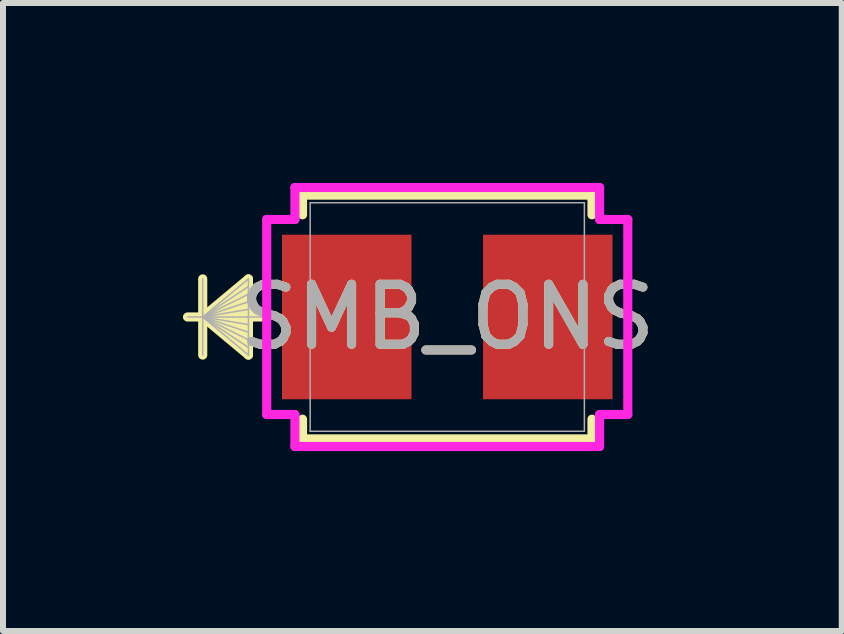
<source format=kicad_pcb>
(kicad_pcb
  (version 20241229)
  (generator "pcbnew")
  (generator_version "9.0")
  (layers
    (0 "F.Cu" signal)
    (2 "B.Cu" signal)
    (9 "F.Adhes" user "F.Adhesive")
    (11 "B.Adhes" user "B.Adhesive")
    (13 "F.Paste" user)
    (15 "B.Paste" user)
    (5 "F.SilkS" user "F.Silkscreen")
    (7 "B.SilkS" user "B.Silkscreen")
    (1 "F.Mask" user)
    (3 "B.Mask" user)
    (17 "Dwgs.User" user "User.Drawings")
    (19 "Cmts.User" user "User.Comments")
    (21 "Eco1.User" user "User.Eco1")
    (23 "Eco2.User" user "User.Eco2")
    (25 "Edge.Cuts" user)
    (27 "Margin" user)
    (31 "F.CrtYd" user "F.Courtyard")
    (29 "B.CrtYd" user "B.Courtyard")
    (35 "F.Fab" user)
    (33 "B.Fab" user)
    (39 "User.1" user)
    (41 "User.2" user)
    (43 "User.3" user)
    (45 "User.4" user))
  (footprint "SMB_ONS"
    (layer "F.Cu")
    (at 4.407 2.235)
    (property "Reference" "SMB_ONS" (at 0 0 0) (unlocked yes) (layer "F.SilkS") (effects (font (size 1 1) (thickness 0.15))))
    (attr smd)
    (fp_line (start -4.077 -0.635) (end -4.077 0.635) (stroke (width 0.152) (type solid)) (layer "F.SilkS"))
    (fp_line (start -4.077 0) (end -3.315 -0.635) (stroke (width 0.152) (type solid)) (layer "F.SilkS"))
    (fp_line (start -4.077 0) (end -3.315 -0.508) (stroke (width 0.152) (type solid)) (layer "F.SilkS"))
    (fp_line (start -4.077 0) (end -3.315 -0.381) (stroke (width 0.152) (type solid)) (layer "F.SilkS"))
    (fp_line (start -4.077 0) (end -3.315 -0.254) (stroke (width 0.152) (type solid)) (layer "F.SilkS"))
    (fp_line (start -4.077 0) (end -3.315 -0.127) (stroke (width 0.152) (type solid)) (layer "F.SilkS"))
    (fp_line (start -4.077 0) (end -3.315 0.127) (stroke (width 0.152) (type solid)) (layer "F.SilkS"))
    (fp_line (start -4.077 0) (end -3.315 0.254) (stroke (width 0.152) (type solid)) (layer "F.SilkS"))
    (fp_line (start -4.077 0) (end -3.315 0.381) (stroke (width 0.152) (type solid)) (layer "F.SilkS"))
    (fp_line (start -4.077 0) (end -3.315 0.508) (stroke (width 0.152) (type solid)) (layer "F.SilkS"))
    (fp_line (start -4.077 0) (end -3.315 0.635) (stroke (width 0.152) (type solid)) (layer "F.SilkS"))
    (fp_line (start -3.315 -0.635) (end -3.315 0.635) (stroke (width 0.152) (type solid)) (layer "F.SilkS"))
    (fp_line (start -3.089 0) (end -4.331 0) (stroke (width 0.152) (type solid)) (layer "F.SilkS"))
    (fp_line (start -2.413 -2.032) (end -2.413 -1.704) (stroke (width 0.152) (type solid)) (layer "F.SilkS"))
    (fp_line (start -2.413 1.704) (end -2.413 2.032) (stroke (width 0.152) (type solid)) (layer "F.SilkS"))
    (fp_line (start -2.413 2.032) (end 2.413 2.032) (stroke (width 0.152) (type solid)) (layer "F.SilkS"))
    (fp_line (start 2.413 -2.032) (end -2.413 -2.032) (stroke (width 0.152) (type solid)) (layer "F.SilkS"))
    (fp_line (start 2.413 -1.704) (end 2.413 -2.032) (stroke (width 0.152) (type solid)) (layer "F.SilkS"))
    (fp_line (start 2.413 2.032) (end 2.413 1.704) (stroke (width 0.152) (type solid)) (layer "F.SilkS"))
    (fp_line (start -3.01 -1.626) (end -2.54 -1.626) (stroke (width 0.152) (type solid)) (layer "F.CrtYd"))
    (fp_line (start -3.01 1.626) (end -3.01 -1.626) (stroke (width 0.152) (type solid)) (layer "F.CrtYd"))
    (fp_line (start -2.54 -2.159) (end 2.54 -2.159) (stroke (width 0.152) (type solid)) (layer "F.CrtYd"))
    (fp_line (start -2.54 -1.626) (end -2.54 -2.159) (stroke (width 0.152) (type solid)) (layer "F.CrtYd"))
    (fp_line (start -2.54 1.626) (end -3.01 1.626) (stroke (width 0.152) (type solid)) (layer "F.CrtYd"))
    (fp_line (start -2.54 2.159) (end -2.54 1.626) (stroke (width 0.152) (type solid)) (layer "F.CrtYd"))
    (fp_line (start 2.54 -2.159) (end 2.54 -1.626) (stroke (width 0.152) (type solid)) (layer "F.CrtYd"))
    (fp_line (start 2.54 -1.626) (end 3.01 -1.626) (stroke (width 0.152) (type solid)) (layer "F.CrtYd"))
    (fp_line (start 2.54 1.626) (end 2.54 2.159) (stroke (width 0.152) (type solid)) (layer "F.CrtYd"))
    (fp_line (start 2.54 2.159) (end -2.54 2.159) (stroke (width 0.152) (type solid)) (layer "F.CrtYd"))
    (fp_line (start 3.01 -1.626) (end 3.01 1.626) (stroke (width 0.152) (type solid)) (layer "F.CrtYd"))
    (fp_line (start 3.01 1.626) (end 2.54 1.626) (stroke (width 0.152) (type solid)) (layer "F.CrtYd"))
    (fp_line (start -4.077 -0.635) (end -4.077 0.635) (stroke (width 0.025) (type solid)) (layer "F.Fab"))
    (fp_line (start -4.077 0) (end -3.315 -0.635) (stroke (width 0.025) (type solid)) (layer "F.Fab"))
    (fp_line (start -4.077 0) (end -3.315 -0.508) (stroke (width 0.025) (type solid)) (layer "F.Fab"))
    (fp_line (start -4.077 0) (end -3.315 -0.381) (stroke (width 0.025) (type solid)) (layer "F.Fab"))
    (fp_line (start -4.077 0) (end -3.315 -0.254) (stroke (width 0.025) (type solid)) (layer "F.Fab"))
    (fp_line (start -4.077 0) (end -3.315 -0.127) (stroke (width 0.025) (type solid)) (layer "F.Fab"))
    (fp_line (start -4.077 0) (end -3.315 0.127) (stroke (width 0.025) (type solid)) (layer "F.Fab"))
    (fp_line (start -4.077 0) (end -3.315 0.254) (stroke (width 0.025) (type solid)) (layer "F.Fab"))
    (fp_line (start -4.077 0) (end -3.315 0.381) (stroke (width 0.025) (type solid)) (layer "F.Fab"))
    (fp_line (start -4.077 0) (end -3.315 0.508) (stroke (width 0.025) (type solid)) (layer "F.Fab"))
    (fp_line (start -4.077 0) (end -3.315 0.635) (stroke (width 0.025) (type solid)) (layer "F.Fab"))
    (fp_line (start -3.315 -0.635) (end -3.315 0.635) (stroke (width 0.025) (type solid)) (layer "F.Fab"))
    (fp_line (start -3.061 0) (end -4.331 0) (stroke (width 0.025) (type solid)) (layer "F.Fab"))
    (fp_line (start -2.286 -1.905) (end -2.286 1.905) (stroke (width 0.025) (type solid)) (layer "F.Fab"))
    (fp_line (start -2.286 1.905) (end 2.286 1.905) (stroke (width 0.025) (type solid)) (layer "F.Fab"))
    (fp_line (start 2.286 -1.905) (end -2.286 -1.905) (stroke (width 0.025) (type solid)) (layer "F.Fab"))
    (fp_line (start 2.286 1.905) (end 2.286 -1.905) (stroke (width 0.025) (type solid)) (layer "F.Fab"))
    (fp_text user "${REFERENCE}" (at 0 0 0) (unlocked yes) (layer "F.Fab") (effects (font (size 1 1) (thickness 0.15))))
    (pad "1" smd rect (at -1.676 0) (size 2.159 2.743) (layers "F.Cu" "F.Mask" "F.Paste"))
    (pad "2" smd rect (at 1.676 0) (size 2.159 2.743) (layers "F.Cu" "F.Mask" "F.Paste"))
    (zone (net_name "") (layer "F.Cu") (hatch full 0.508) (connect_pads) (min_thickness 0.254) (filled_areas_thickness no) (keepout (tracks not_allowed) (vias not_allowed) (pads allowed) (copperpour not_allowed) (footprints allowed)) (placement (enabled no)) (fill) (polygon (pts (xy 2.172 0.381) (xy 6.642 0.381) (xy 6.642 0.813) (xy 2.172 0.813))))
    (zone (net_name "") (layer "F.Cu") (hatch full 0.508) (connect_pads) (min_thickness 0.254) (filled_areas_thickness no) (keepout (tracks not_allowed) (vias not_allowed) (pads allowed) (copperpour not_allowed) (footprints allowed)) (placement (enabled no)) (fill) (polygon (pts (xy 2.172 3.658) (xy 6.642 3.658) (xy 6.642 4.089) (xy 2.172 4.089))))
    (zone (net_name "") (layer "F.Cu") (hatch full 0.508) (connect_pads) (min_thickness 0.254) (filled_areas_thickness no) (keepout (tracks not_allowed) (vias not_allowed) (pads allowed) (copperpour not_allowed) (footprints allowed)) (placement (enabled no)) (fill) (polygon (pts (xy 3.607 0.813) (xy 5.207 0.813) (xy 5.207 3.658) (xy 3.607 3.658)))))
  (gr_rect
    (start -3 -3)
    (end 10.984 7.47)
    (stroke (width 0.1) (type default))
    (fill no)
    (layer "Edge.Cuts")))
</source>
